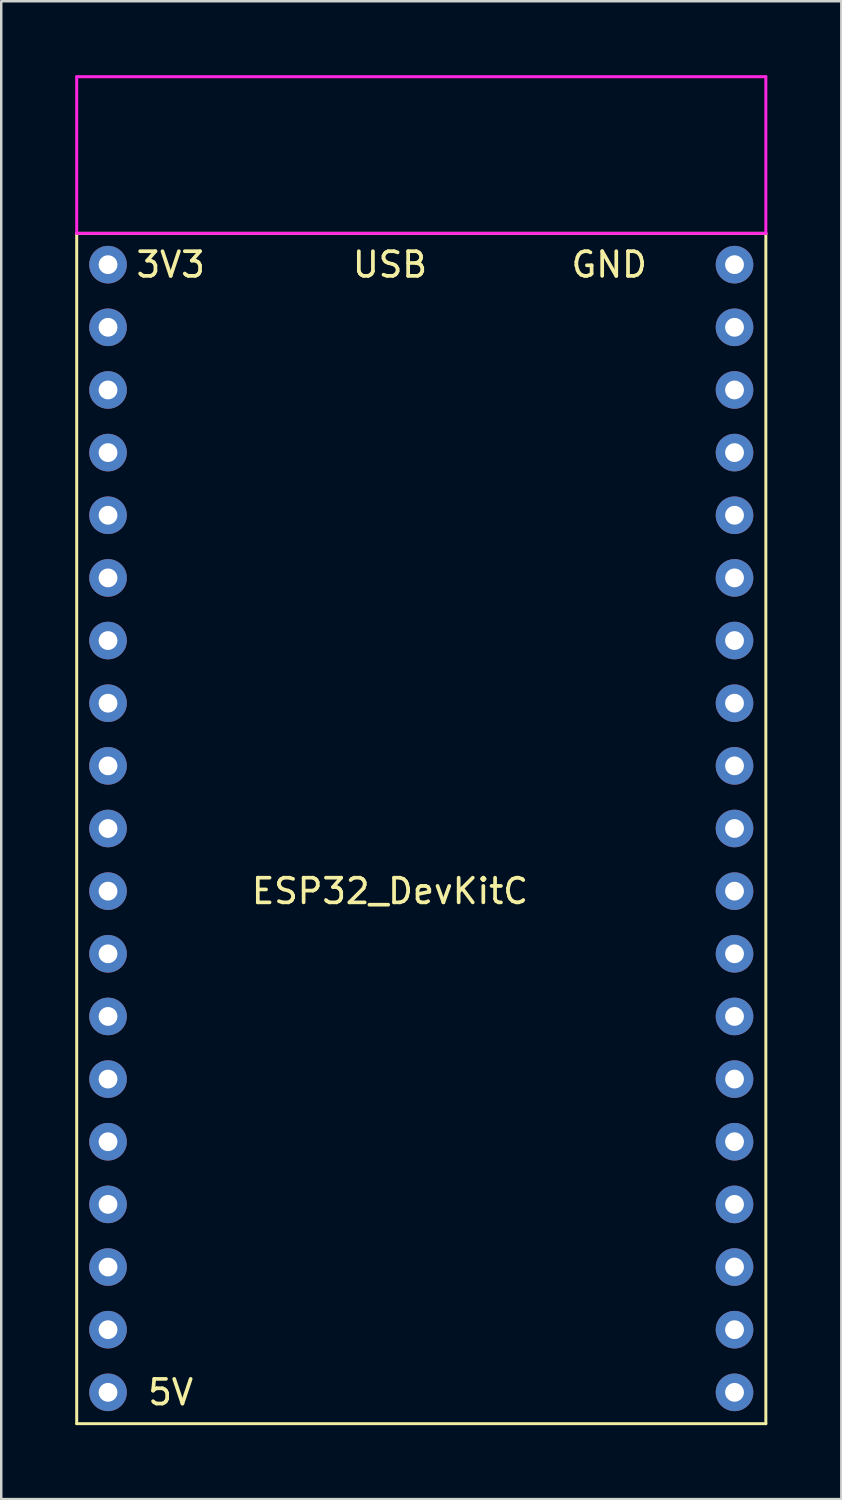
<source format=kicad_pcb>
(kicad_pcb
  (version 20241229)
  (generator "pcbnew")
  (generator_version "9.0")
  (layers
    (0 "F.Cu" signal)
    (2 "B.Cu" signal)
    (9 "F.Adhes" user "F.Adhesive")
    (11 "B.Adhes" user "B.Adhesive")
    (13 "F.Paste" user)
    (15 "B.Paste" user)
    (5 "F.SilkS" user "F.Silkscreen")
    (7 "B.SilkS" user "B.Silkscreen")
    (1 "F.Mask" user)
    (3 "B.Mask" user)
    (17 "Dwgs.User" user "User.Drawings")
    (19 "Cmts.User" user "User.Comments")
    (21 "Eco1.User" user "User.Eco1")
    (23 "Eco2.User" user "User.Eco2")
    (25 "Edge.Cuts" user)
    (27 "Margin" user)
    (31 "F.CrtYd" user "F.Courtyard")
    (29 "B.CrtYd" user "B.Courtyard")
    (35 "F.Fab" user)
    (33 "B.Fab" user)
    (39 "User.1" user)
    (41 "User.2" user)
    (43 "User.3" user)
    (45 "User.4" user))
  (footprint "ESP32_DevKitC"
    (layer "F.Cu")
    (at 1.33 7.68)
    (property "Reference" "ESP32_DevKitC" (at 11.43 25.4 0) (layer "F.SilkS") (effects (font (size 1 1) (thickness 0.15))))
    (attr through_hole)
    (fp_line (start -1.27 -1.27) (end -1.27 46.99) (stroke (width 0.12) (type solid)) (layer "F.SilkS"))
    (fp_line (start -1.27 46.99) (end 26.67 46.99) (stroke (width 0.12) (type solid)) (layer "F.SilkS"))
    (fp_line (start 26.67 -1.27) (end -1.27 -1.27) (stroke (width 0.12) (type solid)) (layer "F.SilkS"))
    (fp_line (start 26.67 46.99) (end 26.67 -1.27) (stroke (width 0.12) (type solid)) (layer "F.SilkS"))
    (fp_line (start -1.27 -7.62) (end -1.27 -1.27) (stroke (width 0.12) (type solid)) (layer "F.CrtYd"))
    (fp_line (start 26.67 -7.62) (end -1.27 -7.62) (stroke (width 0.12) (type solid)) (layer "F.CrtYd"))
    (fp_line (start 26.67 -1.27) (end -1.27 -1.27) (stroke (width 0.12) (type solid)) (layer "F.CrtYd"))
    (fp_line (start 26.67 -1.27) (end 26.67 -7.62) (stroke (width 0.12) (type solid)) (layer "F.CrtYd"))
    (fp_text user "GND" (at 20.32 0 0) (layer "F.SilkS") (effects (font (size 1 1) (thickness 0.15))))
    (fp_text user "USB" (at 11.43 0 0) (layer "F.SilkS") (effects (font (size 1 1) (thickness 0.15))))
    (fp_text user "3V3" (at 2.54 0 0) (layer "F.SilkS") (effects (font (size 1 1) (thickness 0.15))))
    (fp_text user "5V" (at 2.54 45.72 0) (layer "F.SilkS") (effects (font (size 1 1) (thickness 0.15))))
    (pad "1" thru_hole circle (at 0 0) (size 1.524 1.524) (drill 0.762) (layers "*.Cu" "*.Mask"))
    (pad "2" thru_hole circle (at 0 2.54) (size 1.524 1.524) (drill 0.762) (layers "*.Cu" "*.Mask"))
    (pad "3" thru_hole circle (at 0 5.08) (size 1.524 1.524) (drill 0.762) (layers "*.Cu" "*.Mask"))
    (pad "4" thru_hole circle (at 0 7.62) (size 1.524 1.524) (drill 0.762) (layers "*.Cu" "*.Mask"))
    (pad "5" thru_hole circle (at 0 10.16) (size 1.524 1.524) (drill 0.762) (layers "*.Cu" "*.Mask"))
    (pad "6" thru_hole circle (at 0 12.7) (size 1.524 1.524) (drill 0.762) (layers "*.Cu" "*.Mask"))
    (pad "7" thru_hole circle (at 0 15.24) (size 1.524 1.524) (drill 0.762) (layers "*.Cu" "*.Mask"))
    (pad "8" thru_hole circle (at 0 17.78) (size 1.524 1.524) (drill 0.762) (layers "*.Cu" "*.Mask"))
    (pad "9" thru_hole circle (at 0 20.32) (size 1.524 1.524) (drill 0.762) (layers "*.Cu" "*.Mask"))
    (pad "10" thru_hole circle (at 0 22.86) (size 1.524 1.524) (drill 0.762) (layers "*.Cu" "*.Mask"))
    (pad "11" thru_hole circle (at 0 25.4) (size 1.524 1.524) (drill 0.762) (layers "*.Cu" "*.Mask"))
    (pad "12" thru_hole circle (at 0 27.94) (size 1.524 1.524) (drill 0.762) (layers "*.Cu" "*.Mask"))
    (pad "13" thru_hole circle (at 0 30.48) (size 1.524 1.524) (drill 0.762) (layers "*.Cu" "*.Mask"))
    (pad "14" thru_hole circle (at 0 33.02) (size 1.524 1.524) (drill 0.762) (layers "*.Cu" "*.Mask"))
    (pad "15" thru_hole circle (at 0 35.56) (size 1.524 1.524) (drill 0.762) (layers "*.Cu" "*.Mask"))
    (pad "16" thru_hole circle (at 0 38.1) (size 1.524 1.524) (drill 0.762) (layers "*.Cu" "*.Mask"))
    (pad "17" thru_hole circle (at 0 40.64) (size 1.524 1.524) (drill 0.762) (layers "*.Cu" "*.Mask"))
    (pad "18" thru_hole circle (at 0 43.18) (size 1.524 1.524) (drill 0.762) (layers "*.Cu" "*.Mask"))
    (pad "19" thru_hole circle (at 0 45.72) (size 1.524 1.524) (drill 0.762) (layers "*.Cu" "*.Mask"))
    (pad "20" thru_hole circle (at 25.4 0) (size 1.524 1.524) (drill 0.762) (layers "*.Cu" "*.Mask"))
    (pad "21" thru_hole circle (at 25.4 2.54) (size 1.524 1.524) (drill 0.762) (layers "*.Cu" "*.Mask"))
    (pad "22" thru_hole circle (at 25.4 5.08) (size 1.524 1.524) (drill 0.762) (layers "*.Cu" "*.Mask"))
    (pad "23" thru_hole circle (at 25.4 7.62) (size 1.524 1.524) (drill 0.762) (layers "*.Cu" "*.Mask"))
    (pad "24" thru_hole circle (at 25.4 10.16) (size 1.524 1.524) (drill 0.762) (layers "*.Cu" "*.Mask"))
    (pad "25" thru_hole circle (at 25.4 12.7) (size 1.524 1.524) (drill 0.762) (layers "*.Cu" "*.Mask"))
    (pad "26" thru_hole circle (at 25.4 15.24) (size 1.524 1.524) (drill 0.762) (layers "*.Cu" "*.Mask"))
    (pad "27" thru_hole circle (at 25.4 17.78) (size 1.524 1.524) (drill 0.762) (layers "*.Cu" "*.Mask"))
    (pad "28" thru_hole circle (at 25.4 20.32) (size 1.524 1.524) (drill 0.762) (layers "*.Cu" "*.Mask"))
    (pad "29" thru_hole circle (at 25.4 22.86) (size 1.524 1.524) (drill 0.762) (layers "*.Cu" "*.Mask"))
    (pad "30" thru_hole circle (at 25.4 25.4) (size 1.524 1.524) (drill 0.762) (layers "*.Cu" "*.Mask"))
    (pad "31" thru_hole circle (at 25.4 27.94) (size 1.524 1.524) (drill 0.762) (layers "*.Cu" "*.Mask"))
    (pad "32" thru_hole circle (at 25.4 30.48) (size 1.524 1.524) (drill 0.762) (layers "*.Cu" "*.Mask"))
    (pad "33" thru_hole circle (at 25.4 33.02) (size 1.524 1.524) (drill 0.762) (layers "*.Cu" "*.Mask"))
    (pad "34" thru_hole circle (at 25.4 35.56) (size 1.524 1.524) (drill 0.762) (layers "*.Cu" "*.Mask"))
    (pad "35" thru_hole circle (at 25.4 38.1) (size 1.524 1.524) (drill 0.762) (layers "*.Cu" "*.Mask"))
    (pad "36" thru_hole circle (at 25.4 40.64) (size 1.524 1.524) (drill 0.762) (layers "*.Cu" "*.Mask"))
    (pad "37" thru_hole circle (at 25.4 43.18) (size 1.524 1.524) (drill 0.762) (layers "*.Cu" "*.Mask"))
    (pad "38" thru_hole circle (at 25.4 45.72) (size 1.524 1.524) (drill 0.762) (layers "*.Cu" "*.Mask")))
  (gr_rect
    (start -3 -3)
    (end 31.06 57.73)
    (stroke (width 0.1) (type default))
    (fill no)
    (layer "Edge.Cuts")))
</source>
